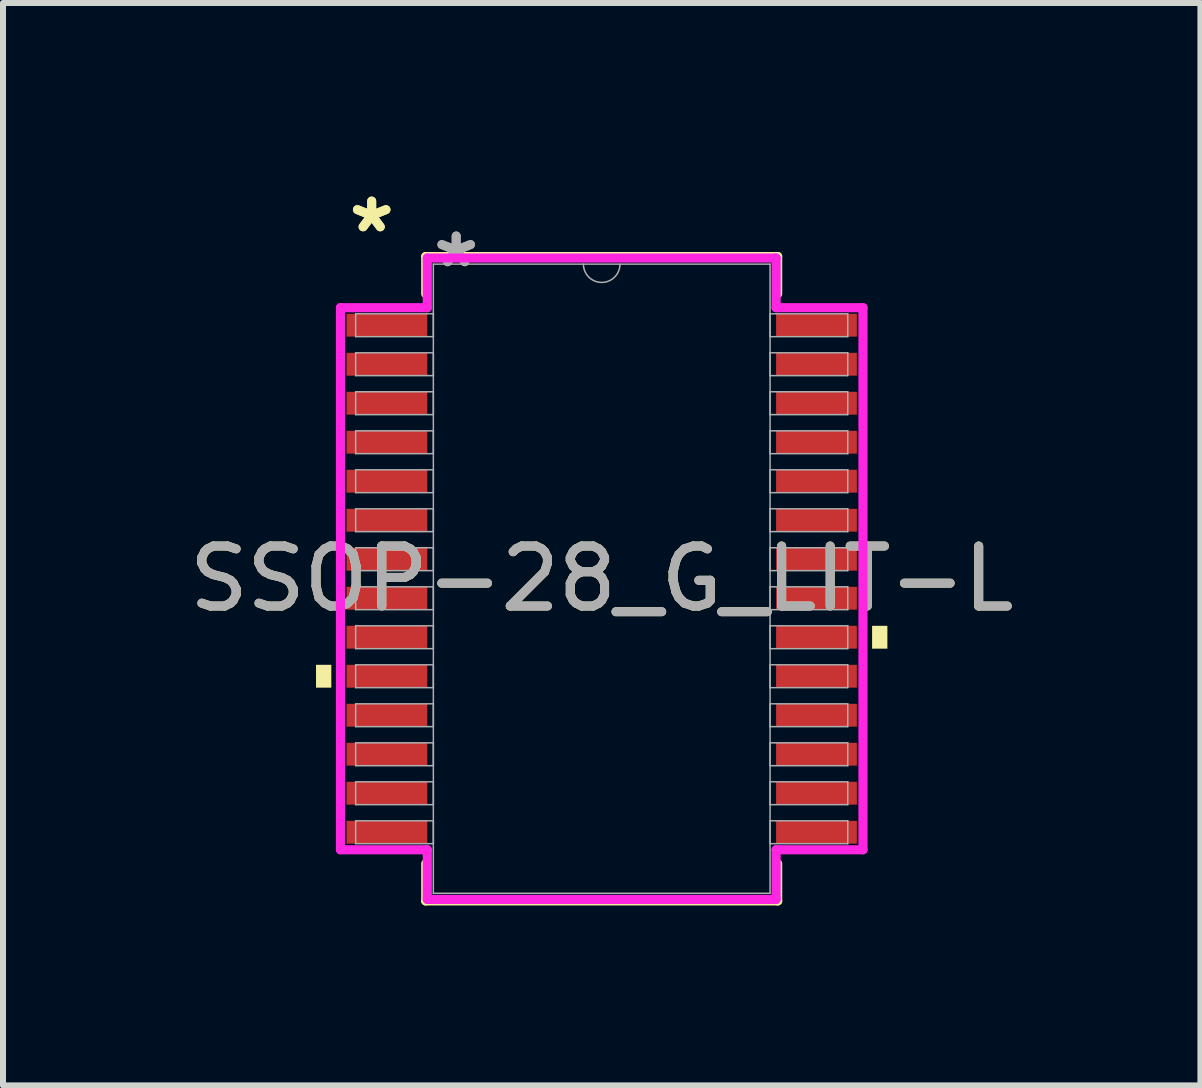
<source format=kicad_pcb>
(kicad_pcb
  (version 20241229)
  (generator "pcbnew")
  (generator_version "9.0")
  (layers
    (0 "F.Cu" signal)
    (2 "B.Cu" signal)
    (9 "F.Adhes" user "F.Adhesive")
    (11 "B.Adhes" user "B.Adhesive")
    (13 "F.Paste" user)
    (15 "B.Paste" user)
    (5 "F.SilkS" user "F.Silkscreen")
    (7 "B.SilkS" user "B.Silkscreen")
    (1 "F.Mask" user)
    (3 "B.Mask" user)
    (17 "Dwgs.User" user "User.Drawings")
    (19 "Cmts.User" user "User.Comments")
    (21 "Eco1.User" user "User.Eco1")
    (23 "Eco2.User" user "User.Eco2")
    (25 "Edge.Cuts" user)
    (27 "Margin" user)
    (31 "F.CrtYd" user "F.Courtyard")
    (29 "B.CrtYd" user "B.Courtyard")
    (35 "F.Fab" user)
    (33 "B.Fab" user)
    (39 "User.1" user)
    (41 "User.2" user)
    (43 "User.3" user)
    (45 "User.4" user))
  (footprint "SSOP-28_G_LIT-L"
    (layer "F.Cu")
    (at 6.982 6.599)
    (property "Reference" "SSOP-28_G_LIT-L" (at 0 0 0) (unlocked yes) (layer "F.SilkS") (effects (font (size 1 1) (thickness 0.15))))
    (attr smd)
    (fp_line (start -2.934 -5.372) (end -2.934 -4.75) (stroke (width 0.152) (type solid)) (layer "F.SilkS"))
    (fp_line (start -2.934 4.75) (end -2.934 5.372) (stroke (width 0.152) (type solid)) (layer "F.SilkS"))
    (fp_line (start -2.934 5.372) (end 2.934 5.372) (stroke (width 0.152) (type solid)) (layer "F.SilkS"))
    (fp_line (start 2.934 -5.372) (end -2.934 -5.372) (stroke (width 0.152) (type solid)) (layer "F.SilkS"))
    (fp_line (start 2.934 -4.75) (end 2.934 -5.372) (stroke (width 0.152) (type solid)) (layer "F.SilkS"))
    (fp_line (start 2.934 5.372) (end 2.934 4.75) (stroke (width 0.152) (type solid)) (layer "F.SilkS"))
    (fp_poly (pts (xy -4.763 1.435) (xy -4.763 1.816) (xy -4.508 1.816) (xy -4.508 1.435)) (stroke (width 0) (type solid)) (fill yes) (layer "F.SilkS"))
    (fp_poly (pts (xy 4.763 0.785) (xy 4.763 1.166) (xy 4.508 1.166) (xy 4.508 0.785)) (stroke (width 0) (type solid)) (fill yes) (layer "F.SilkS"))
    (fp_line (start -4.356 -4.519) (end -2.908 -4.519) (stroke (width 0.152) (type solid)) (layer "F.CrtYd"))
    (fp_line (start -4.356 4.519) (end -4.356 -4.519) (stroke (width 0.152) (type solid)) (layer "F.CrtYd"))
    (fp_line (start -4.356 4.519) (end -2.908 4.519) (stroke (width 0.152) (type solid)) (layer "F.CrtYd"))
    (fp_line (start -2.908 -5.347) (end 2.908 -5.347) (stroke (width 0.152) (type solid)) (layer "F.CrtYd"))
    (fp_line (start -2.908 -4.519) (end -2.908 -5.347) (stroke (width 0.152) (type solid)) (layer "F.CrtYd"))
    (fp_line (start -2.908 5.347) (end -2.908 4.519) (stroke (width 0.152) (type solid)) (layer "F.CrtYd"))
    (fp_line (start 2.908 -5.347) (end 2.908 -4.519) (stroke (width 0.152) (type solid)) (layer "F.CrtYd"))
    (fp_line (start 2.908 4.519) (end 2.908 5.347) (stroke (width 0.152) (type solid)) (layer "F.CrtYd"))
    (fp_line (start 2.908 5.347) (end -2.908 5.347) (stroke (width 0.152) (type solid)) (layer "F.CrtYd"))
    (fp_line (start 4.356 -4.519) (end 2.908 -4.519) (stroke (width 0.152) (type solid)) (layer "F.CrtYd"))
    (fp_line (start 4.356 -4.519) (end 4.356 4.519) (stroke (width 0.152) (type solid)) (layer "F.CrtYd"))
    (fp_line (start 4.356 4.519) (end 2.908 4.519) (stroke (width 0.152) (type solid)) (layer "F.CrtYd"))
    (fp_line (start -4.102 -4.417) (end -4.102 -4.036) (stroke (width 0.025) (type solid)) (layer "F.Fab"))
    (fp_line (start -4.102 -4.036) (end -2.807 -4.036) (stroke (width 0.025) (type solid)) (layer "F.Fab"))
    (fp_line (start -4.102 -3.767) (end -4.102 -3.386) (stroke (width 0.025) (type solid)) (layer "F.Fab"))
    (fp_line (start -4.102 -3.386) (end -2.807 -3.386) (stroke (width 0.025) (type solid)) (layer "F.Fab"))
    (fp_line (start -4.102 -3.117) (end -4.102 -2.736) (stroke (width 0.025) (type solid)) (layer "F.Fab"))
    (fp_line (start -4.102 -2.736) (end -2.807 -2.736) (stroke (width 0.025) (type solid)) (layer "F.Fab"))
    (fp_line (start -4.102 -2.466) (end -4.102 -2.085) (stroke (width 0.025) (type solid)) (layer "F.Fab"))
    (fp_line (start -4.102 -2.085) (end -2.807 -2.085) (stroke (width 0.025) (type solid)) (layer "F.Fab"))
    (fp_line (start -4.102 -1.816) (end -4.102 -1.435) (stroke (width 0.025) (type solid)) (layer "F.Fab"))
    (fp_line (start -4.102 -1.435) (end -2.807 -1.435) (stroke (width 0.025) (type solid)) (layer "F.Fab"))
    (fp_line (start -4.102 -1.166) (end -4.102 -0.785) (stroke (width 0.025) (type solid)) (layer "F.Fab"))
    (fp_line (start -4.102 -0.785) (end -2.807 -0.785) (stroke (width 0.025) (type solid)) (layer "F.Fab"))
    (fp_line (start -4.102 -0.516) (end -4.102 -0.135) (stroke (width 0.025) (type solid)) (layer "F.Fab"))
    (fp_line (start -4.102 -0.135) (end -2.807 -0.135) (stroke (width 0.025) (type solid)) (layer "F.Fab"))
    (fp_line (start -4.102 0.135) (end -4.102 0.516) (stroke (width 0.025) (type solid)) (layer "F.Fab"))
    (fp_line (start -4.102 0.516) (end -2.807 0.516) (stroke (width 0.025) (type solid)) (layer "F.Fab"))
    (fp_line (start -4.102 0.785) (end -4.102 1.166) (stroke (width 0.025) (type solid)) (layer "F.Fab"))
    (fp_line (start -4.102 1.166) (end -2.807 1.166) (stroke (width 0.025) (type solid)) (layer "F.Fab"))
    (fp_line (start -4.102 1.435) (end -4.102 1.816) (stroke (width 0.025) (type solid)) (layer "F.Fab"))
    (fp_line (start -4.102 1.816) (end -2.807 1.816) (stroke (width 0.025) (type solid)) (layer "F.Fab"))
    (fp_line (start -4.102 2.085) (end -4.102 2.466) (stroke (width 0.025) (type solid)) (layer "F.Fab"))
    (fp_line (start -4.102 2.466) (end -2.807 2.466) (stroke (width 0.025) (type solid)) (layer "F.Fab"))
    (fp_line (start -4.102 2.736) (end -4.102 3.117) (stroke (width 0.025) (type solid)) (layer "F.Fab"))
    (fp_line (start -4.102 3.117) (end -2.807 3.117) (stroke (width 0.025) (type solid)) (layer "F.Fab"))
    (fp_line (start -4.102 3.386) (end -4.102 3.767) (stroke (width 0.025) (type solid)) (layer "F.Fab"))
    (fp_line (start -4.102 3.767) (end -2.807 3.767) (stroke (width 0.025) (type solid)) (layer "F.Fab"))
    (fp_line (start -4.102 4.036) (end -4.102 4.417) (stroke (width 0.025) (type solid)) (layer "F.Fab"))
    (fp_line (start -4.102 4.417) (end -2.807 4.417) (stroke (width 0.025) (type solid)) (layer "F.Fab"))
    (fp_line (start -2.807 -5.245) (end -2.807 5.245) (stroke (width 0.025) (type solid)) (layer "F.Fab"))
    (fp_line (start -2.807 -4.417) (end -4.102 -4.417) (stroke (width 0.025) (type solid)) (layer "F.Fab"))
    (fp_line (start -2.807 -4.036) (end -2.807 -4.417) (stroke (width 0.025) (type solid)) (layer "F.Fab"))
    (fp_line (start -2.807 -3.767) (end -4.102 -3.767) (stroke (width 0.025) (type solid)) (layer "F.Fab"))
    (fp_line (start -2.807 -3.386) (end -2.807 -3.767) (stroke (width 0.025) (type solid)) (layer "F.Fab"))
    (fp_line (start -2.807 -3.117) (end -4.102 -3.117) (stroke (width 0.025) (type solid)) (layer "F.Fab"))
    (fp_line (start -2.807 -2.736) (end -2.807 -3.117) (stroke (width 0.025) (type solid)) (layer "F.Fab"))
    (fp_line (start -2.807 -2.466) (end -4.102 -2.466) (stroke (width 0.025) (type solid)) (layer "F.Fab"))
    (fp_line (start -2.807 -2.085) (end -2.807 -2.466) (stroke (width 0.025) (type solid)) (layer "F.Fab"))
    (fp_line (start -2.807 -1.816) (end -4.102 -1.816) (stroke (width 0.025) (type solid)) (layer "F.Fab"))
    (fp_line (start -2.807 -1.435) (end -2.807 -1.816) (stroke (width 0.025) (type solid)) (layer "F.Fab"))
    (fp_line (start -2.807 -1.166) (end -4.102 -1.166) (stroke (width 0.025) (type solid)) (layer "F.Fab"))
    (fp_line (start -2.807 -0.785) (end -2.807 -1.166) (stroke (width 0.025) (type solid)) (layer "F.Fab"))
    (fp_line (start -2.807 -0.516) (end -4.102 -0.516) (stroke (width 0.025) (type solid)) (layer "F.Fab"))
    (fp_line (start -2.807 -0.135) (end -2.807 -0.516) (stroke (width 0.025) (type solid)) (layer "F.Fab"))
    (fp_line (start -2.807 0.135) (end -4.102 0.135) (stroke (width 0.025) (type solid)) (layer "F.Fab"))
    (fp_line (start -2.807 0.516) (end -2.807 0.135) (stroke (width 0.025) (type solid)) (layer "F.Fab"))
    (fp_line (start -2.807 0.785) (end -4.102 0.785) (stroke (width 0.025) (type solid)) (layer "F.Fab"))
    (fp_line (start -2.807 1.166) (end -2.807 0.785) (stroke (width 0.025) (type solid)) (layer "F.Fab"))
    (fp_line (start -2.807 1.435) (end -4.102 1.435) (stroke (width 0.025) (type solid)) (layer "F.Fab"))
    (fp_line (start -2.807 1.816) (end -2.807 1.435) (stroke (width 0.025) (type solid)) (layer "F.Fab"))
    (fp_line (start -2.807 2.085) (end -4.102 2.085) (stroke (width 0.025) (type solid)) (layer "F.Fab"))
    (fp_line (start -2.807 2.466) (end -2.807 2.085) (stroke (width 0.025) (type solid)) (layer "F.Fab"))
    (fp_line (start -2.807 2.736) (end -4.102 2.736) (stroke (width 0.025) (type solid)) (layer "F.Fab"))
    (fp_line (start -2.807 3.117) (end -2.807 2.736) (stroke (width 0.025) (type solid)) (layer "F.Fab"))
    (fp_line (start -2.807 3.386) (end -4.102 3.386) (stroke (width 0.025) (type solid)) (layer "F.Fab"))
    (fp_line (start -2.807 3.767) (end -2.807 3.386) (stroke (width 0.025) (type solid)) (layer "F.Fab"))
    (fp_line (start -2.807 4.036) (end -4.102 4.036) (stroke (width 0.025) (type solid)) (layer "F.Fab"))
    (fp_line (start -2.807 4.417) (end -2.807 4.036) (stroke (width 0.025) (type solid)) (layer "F.Fab"))
    (fp_line (start -2.807 5.245) (end 2.807 5.245) (stroke (width 0.025) (type solid)) (layer "F.Fab"))
    (fp_line (start 2.807 -5.245) (end -2.807 -5.245) (stroke (width 0.025) (type solid)) (layer "F.Fab"))
    (fp_line (start 2.807 -4.417) (end 2.807 -4.036) (stroke (width 0.025) (type solid)) (layer "F.Fab"))
    (fp_line (start 2.807 -4.036) (end 4.102 -4.036) (stroke (width 0.025) (type solid)) (layer "F.Fab"))
    (fp_line (start 2.807 -3.767) (end 2.807 -3.386) (stroke (width 0.025) (type solid)) (layer "F.Fab"))
    (fp_line (start 2.807 -3.386) (end 4.102 -3.386) (stroke (width 0.025) (type solid)) (layer "F.Fab"))
    (fp_line (start 2.807 -3.117) (end 2.807 -2.736) (stroke (width 0.025) (type solid)) (layer "F.Fab"))
    (fp_line (start 2.807 -2.736) (end 4.102 -2.736) (stroke (width 0.025) (type solid)) (layer "F.Fab"))
    (fp_line (start 2.807 -2.466) (end 2.807 -2.085) (stroke (width 0.025) (type solid)) (layer "F.Fab"))
    (fp_line (start 2.807 -2.085) (end 4.102 -2.085) (stroke (width 0.025) (type solid)) (layer "F.Fab"))
    (fp_line (start 2.807 -1.816) (end 2.807 -1.435) (stroke (width 0.025) (type solid)) (layer "F.Fab"))
    (fp_line (start 2.807 -1.435) (end 4.102 -1.435) (stroke (width 0.025) (type solid)) (layer "F.Fab"))
    (fp_line (start 2.807 -1.166) (end 2.807 -0.785) (stroke (width 0.025) (type solid)) (layer "F.Fab"))
    (fp_line (start 2.807 -0.785) (end 4.102 -0.785) (stroke (width 0.025) (type solid)) (layer "F.Fab"))
    (fp_line (start 2.807 -0.516) (end 2.807 -0.135) (stroke (width 0.025) (type solid)) (layer "F.Fab"))
    (fp_line (start 2.807 -0.135) (end 4.102 -0.135) (stroke (width 0.025) (type solid)) (layer "F.Fab"))
    (fp_line (start 2.807 0.135) (end 2.807 0.516) (stroke (width 0.025) (type solid)) (layer "F.Fab"))
    (fp_line (start 2.807 0.516) (end 4.102 0.516) (stroke (width 0.025) (type solid)) (layer "F.Fab"))
    (fp_line (start 2.807 0.785) (end 2.807 1.166) (stroke (width 0.025) (type solid)) (layer "F.Fab"))
    (fp_line (start 2.807 1.166) (end 4.102 1.166) (stroke (width 0.025) (type solid)) (layer "F.Fab"))
    (fp_line (start 2.807 1.435) (end 2.807 1.816) (stroke (width 0.025) (type solid)) (layer "F.Fab"))
    (fp_line (start 2.807 1.816) (end 4.102 1.816) (stroke (width 0.025) (type solid)) (layer "F.Fab"))
    (fp_line (start 2.807 2.085) (end 2.807 2.466) (stroke (width 0.025) (type solid)) (layer "F.Fab"))
    (fp_line (start 2.807 2.466) (end 4.102 2.466) (stroke (width 0.025) (type solid)) (layer "F.Fab"))
    (fp_line (start 2.807 2.736) (end 2.807 3.117) (stroke (width 0.025) (type solid)) (layer "F.Fab"))
    (fp_line (start 2.807 3.117) (end 4.102 3.117) (stroke (width 0.025) (type solid)) (layer "F.Fab"))
    (fp_line (start 2.807 3.386) (end 2.807 3.767) (stroke (width 0.025) (type solid)) (layer "F.Fab"))
    (fp_line (start 2.807 3.767) (end 4.102 3.767) (stroke (width 0.025) (type solid)) (layer "F.Fab"))
    (fp_line (start 2.807 4.036) (end 2.807 4.417) (stroke (width 0.025) (type solid)) (layer "F.Fab"))
    (fp_line (start 2.807 4.417) (end 4.102 4.417) (stroke (width 0.025) (type solid)) (layer "F.Fab"))
    (fp_line (start 2.807 5.245) (end 2.807 -5.245) (stroke (width 0.025) (type solid)) (layer "F.Fab"))
    (fp_line (start 4.102 -4.417) (end 2.807 -4.417) (stroke (width 0.025) (type solid)) (layer "F.Fab"))
    (fp_line (start 4.102 -4.036) (end 4.102 -4.417) (stroke (width 0.025) (type solid)) (layer "F.Fab"))
    (fp_line (start 4.102 -3.767) (end 2.807 -3.767) (stroke (width 0.025) (type solid)) (layer "F.Fab"))
    (fp_line (start 4.102 -3.386) (end 4.102 -3.767) (stroke (width 0.025) (type solid)) (layer "F.Fab"))
    (fp_line (start 4.102 -3.117) (end 2.807 -3.117) (stroke (width 0.025) (type solid)) (layer "F.Fab"))
    (fp_line (start 4.102 -2.736) (end 4.102 -3.117) (stroke (width 0.025) (type solid)) (layer "F.Fab"))
    (fp_line (start 4.102 -2.466) (end 2.807 -2.466) (stroke (width 0.025) (type solid)) (layer "F.Fab"))
    (fp_line (start 4.102 -2.085) (end 4.102 -2.466) (stroke (width 0.025) (type solid)) (layer "F.Fab"))
    (fp_line (start 4.102 -1.816) (end 2.807 -1.816) (stroke (width 0.025) (type solid)) (layer "F.Fab"))
    (fp_line (start 4.102 -1.435) (end 4.102 -1.816) (stroke (width 0.025) (type solid)) (layer "F.Fab"))
    (fp_line (start 4.102 -1.166) (end 2.807 -1.166) (stroke (width 0.025) (type solid)) (layer "F.Fab"))
    (fp_line (start 4.102 -0.785) (end 4.102 -1.166) (stroke (width 0.025) (type solid)) (layer "F.Fab"))
    (fp_line (start 4.102 -0.516) (end 2.807 -0.516) (stroke (width 0.025) (type solid)) (layer "F.Fab"))
    (fp_line (start 4.102 -0.135) (end 4.102 -0.516) (stroke (width 0.025) (type solid)) (layer "F.Fab"))
    (fp_line (start 4.102 0.135) (end 2.807 0.135) (stroke (width 0.025) (type solid)) (layer "F.Fab"))
    (fp_line (start 4.102 0.516) (end 4.102 0.135) (stroke (width 0.025) (type solid)) (layer "F.Fab"))
    (fp_line (start 4.102 0.785) (end 2.807 0.785) (stroke (width 0.025) (type solid)) (layer "F.Fab"))
    (fp_line (start 4.102 1.166) (end 4.102 0.785) (stroke (width 0.025) (type solid)) (layer "F.Fab"))
    (fp_line (start 4.102 1.435) (end 2.807 1.435) (stroke (width 0.025) (type solid)) (layer "F.Fab"))
    (fp_line (start 4.102 1.816) (end 4.102 1.435) (stroke (width 0.025) (type solid)) (layer "F.Fab"))
    (fp_line (start 4.102 2.085) (end 2.807 2.085) (stroke (width 0.025) (type solid)) (layer "F.Fab"))
    (fp_line (start 4.102 2.466) (end 4.102 2.085) (stroke (width 0.025) (type solid)) (layer "F.Fab"))
    (fp_line (start 4.102 2.736) (end 2.807 2.736) (stroke (width 0.025) (type solid)) (layer "F.Fab"))
    (fp_line (start 4.102 3.117) (end 4.102 2.736) (stroke (width 0.025) (type solid)) (layer "F.Fab"))
    (fp_line (start 4.102 3.386) (end 2.807 3.386) (stroke (width 0.025) (type solid)) (layer "F.Fab"))
    (fp_line (start 4.102 3.767) (end 4.102 3.386) (stroke (width 0.025) (type solid)) (layer "F.Fab"))
    (fp_line (start 4.102 4.036) (end 2.807 4.036) (stroke (width 0.025) (type solid)) (layer "F.Fab"))
    (fp_line (start 4.102 4.417) (end 4.102 4.036) (stroke (width 0.025) (type solid)) (layer "F.Fab"))
    (fp_arc (start 0.3048 -5.2451) (mid 0 -4.9403) (end -0.3048 -5.2451) (stroke (width 0.0254) (type solid)) (layer "F.Fab"))
    (fp_text user "*" (at -3.835 -5.751 0) (layer "F.SilkS") (effects (font (size 1 1) (thickness 0.15))))
    (fp_text user "*" (at -3.835 -5.751 0) (unlocked yes) (layer "F.SilkS") (effects (font (size 1 1) (thickness 0.15))))
    (fp_text user "${REFERENCE}" (at 0 0 0) (unlocked yes) (layer "F.Fab") (effects (font (size 1 1) (thickness 0.15))))
    (fp_text user "*" (at -2.426 -5.169 0) (unlocked yes) (layer "F.Fab") (effects (font (size 1 1) (thickness 0.15))))
    (fp_text user "*" (at -2.426 -5.169 0) (layer "F.Fab") (effects (font (size 1 1) (thickness 0.15))))
    (pad "1" smd rect (at -3.581 -4.227) (size 1.346 0.381) (layers "F.Cu" "F.Mask" "F.Paste"))
    (pad "2" smd rect (at -3.581 -3.576) (size 1.346 0.381) (layers "F.Cu" "F.Mask" "F.Paste"))
    (pad "3" smd rect (at -3.581 -2.926) (size 1.346 0.381) (layers "F.Cu" "F.Mask" "F.Paste"))
    (pad "4" smd rect (at -3.581 -2.276) (size 1.346 0.381) (layers "F.Cu" "F.Mask" "F.Paste"))
    (pad "5" smd rect (at -3.581 -1.626) (size 1.346 0.381) (layers "F.Cu" "F.Mask" "F.Paste"))
    (pad "6" smd rect (at -3.581 -0.975) (size 1.346 0.381) (layers "F.Cu" "F.Mask" "F.Paste"))
    (pad "7" smd rect (at -3.581 -0.325) (size 1.346 0.381) (layers "F.Cu" "F.Mask" "F.Paste"))
    (pad "8" smd rect (at -3.581 0.325) (size 1.346 0.381) (layers "F.Cu" "F.Mask" "F.Paste"))
    (pad "9" smd rect (at -3.581 0.975) (size 1.346 0.381) (layers "F.Cu" "F.Mask" "F.Paste"))
    (pad "10" smd rect (at -3.581 1.626) (size 1.346 0.381) (layers "F.Cu" "F.Mask" "F.Paste"))
    (pad "11" smd rect (at -3.581 2.276) (size 1.346 0.381) (layers "F.Cu" "F.Mask" "F.Paste"))
    (pad "12" smd rect (at -3.581 2.926) (size 1.346 0.381) (layers "F.Cu" "F.Mask" "F.Paste"))
    (pad "13" smd rect (at -3.581 3.576) (size 1.346 0.381) (layers "F.Cu" "F.Mask" "F.Paste"))
    (pad "14" smd rect (at -3.581 4.227) (size 1.346 0.381) (layers "F.Cu" "F.Mask" "F.Paste"))
    (pad "15" smd rect (at 3.581 4.227) (size 1.346 0.381) (layers "F.Cu" "F.Mask" "F.Paste"))
    (pad "16" smd rect (at 3.581 3.576) (size 1.346 0.381) (layers "F.Cu" "F.Mask" "F.Paste"))
    (pad "17" smd rect (at 3.581 2.926) (size 1.346 0.381) (layers "F.Cu" "F.Mask" "F.Paste"))
    (pad "18" smd rect (at 3.581 2.276) (size 1.346 0.381) (layers "F.Cu" "F.Mask" "F.Paste"))
    (pad "19" smd rect (at 3.581 1.626) (size 1.346 0.381) (layers "F.Cu" "F.Mask" "F.Paste"))
    (pad "20" smd rect (at 3.581 0.975) (size 1.346 0.381) (layers "F.Cu" "F.Mask" "F.Paste"))
    (pad "21" smd rect (at 3.581 0.325) (size 1.346 0.381) (layers "F.Cu" "F.Mask" "F.Paste"))
    (pad "22" smd rect (at 3.581 -0.325) (size 1.346 0.381) (layers "F.Cu" "F.Mask" "F.Paste"))
    (pad "23" smd rect (at 3.581 -0.975) (size 1.346 0.381) (layers "F.Cu" "F.Mask" "F.Paste"))
    (pad "24" smd rect (at 3.581 -1.626) (size 1.346 0.381) (layers "F.Cu" "F.Mask" "F.Paste"))
    (pad "25" smd rect (at 3.581 -2.276) (size 1.346 0.381) (layers "F.Cu" "F.Mask" "F.Paste"))
    (pad "26" smd rect (at 3.581 -2.926) (size 1.346 0.381) (layers "F.Cu" "F.Mask" "F.Paste"))
    (pad "27" smd rect (at 3.581 -3.576) (size 1.346 0.381) (layers "F.Cu" "F.Mask" "F.Paste"))
    (pad "28" smd rect (at 3.581 -4.227) (size 1.346 0.381) (layers "F.Cu" "F.Mask" "F.Paste")))
  (gr_rect
    (start -3 -3)
    (end 16.964 15.047)
    (stroke (width 0.1) (type default))
    (fill no)
    (layer "Edge.Cuts")))
</source>
